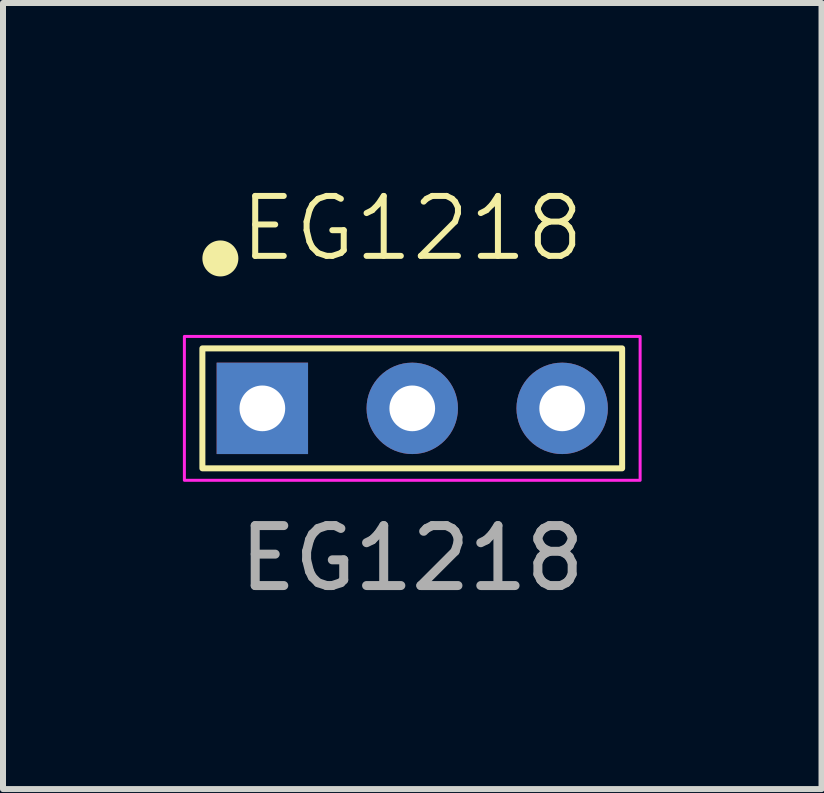
<source format=kicad_pcb>
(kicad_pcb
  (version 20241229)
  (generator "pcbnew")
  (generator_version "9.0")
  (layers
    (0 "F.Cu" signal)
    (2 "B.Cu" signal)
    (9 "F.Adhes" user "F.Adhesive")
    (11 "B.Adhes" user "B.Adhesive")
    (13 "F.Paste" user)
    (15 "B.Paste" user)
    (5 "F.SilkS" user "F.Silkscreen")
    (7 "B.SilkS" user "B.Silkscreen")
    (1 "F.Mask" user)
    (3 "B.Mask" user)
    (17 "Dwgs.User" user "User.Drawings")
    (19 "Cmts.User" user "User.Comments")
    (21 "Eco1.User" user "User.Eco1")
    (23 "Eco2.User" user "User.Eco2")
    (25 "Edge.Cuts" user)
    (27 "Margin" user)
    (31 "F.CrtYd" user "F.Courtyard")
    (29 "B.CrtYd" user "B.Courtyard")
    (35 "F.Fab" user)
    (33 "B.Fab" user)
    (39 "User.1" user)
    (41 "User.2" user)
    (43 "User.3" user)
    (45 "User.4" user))
  (footprint "EG1218"
    (layer "F.Cu")
    (at 3.825 3.76)
    (property "Reference" "EG1218" (at 0 -3 0) (unlocked yes) (layer "F.SilkS") (effects (font (size 1 1) (thickness 0.1))))
    (attr through_hole)
    (fp_rect (start -3.5 -1) (end 3.5 1) (stroke (width 0.1) (type default)) (fill no) (layer "F.SilkS"))
    (fp_circle (center -3.2 -2.5) (end -3.15 -2.5) (stroke (width 0.5) (type default)) (fill yes) (layer "F.SilkS"))
    (fp_rect (start -3.8 -1.2) (end 3.8 1.2) (stroke (width 0.05) (type default)) (fill no) (layer "F.CrtYd"))
    (fp_text user "${REFERENCE}" (at 0 2.5 0) (unlocked yes) (layer "F.Fab") (effects (font (size 1 1) (thickness 0.15))))
    (pad "1" thru_hole rect (at -2.5 0) (size 1.524 1.524) (drill 0.762) (layers "*.Cu" "*.Mask"))
    (pad "2" thru_hole circle (at 0 0) (size 1.524 1.524) (drill 0.762) (layers "*.Cu" "*.Mask"))
    (pad "3" thru_hole circle (at 2.5 0) (size 1.524 1.524) (drill 0.762) (layers "*.Cu" "*.Mask")))
  (gr_rect
    (start -3 -3)
    (end 10.65 10.109)
    (stroke (width 0.1) (type default))
    (fill no)
    (layer "Edge.Cuts")))
</source>
